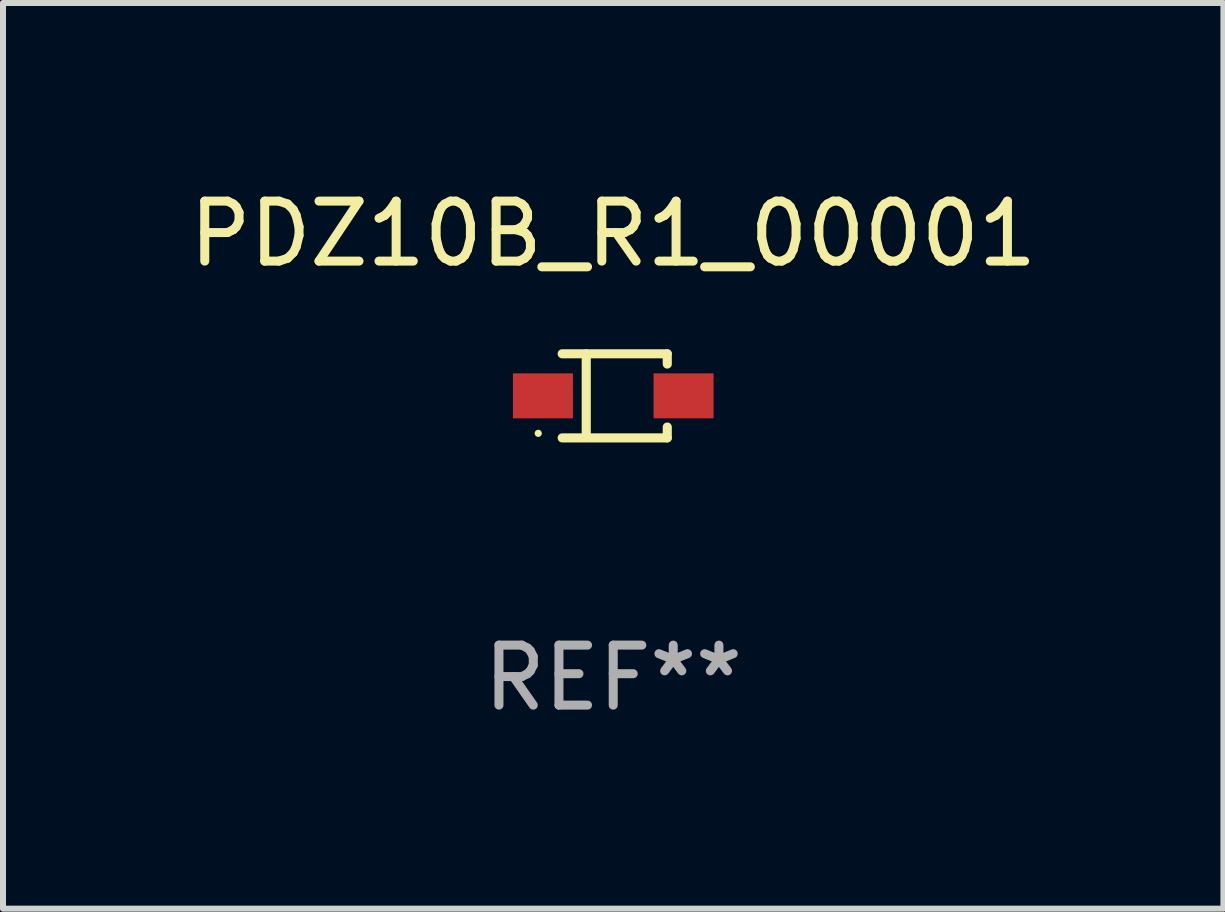
<source format=kicad_pcb>
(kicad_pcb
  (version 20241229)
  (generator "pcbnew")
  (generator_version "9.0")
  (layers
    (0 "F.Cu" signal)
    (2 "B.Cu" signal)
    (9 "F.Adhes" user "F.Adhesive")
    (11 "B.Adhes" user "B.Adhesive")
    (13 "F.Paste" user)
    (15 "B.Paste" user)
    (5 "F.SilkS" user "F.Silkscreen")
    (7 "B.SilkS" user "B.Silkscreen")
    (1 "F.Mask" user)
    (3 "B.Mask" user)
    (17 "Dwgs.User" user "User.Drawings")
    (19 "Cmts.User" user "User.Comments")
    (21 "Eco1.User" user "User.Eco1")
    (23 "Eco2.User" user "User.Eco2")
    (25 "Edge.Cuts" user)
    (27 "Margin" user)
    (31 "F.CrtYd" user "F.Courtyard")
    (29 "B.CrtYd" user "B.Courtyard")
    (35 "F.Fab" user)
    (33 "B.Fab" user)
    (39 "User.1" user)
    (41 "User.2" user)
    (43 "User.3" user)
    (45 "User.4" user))
  (footprint "PDZ10B_R1_00001"
    (layer "F.Cu")
    (at 7.173 3.549)
    (property "Reference" "PDZ10B_R1_00001" (at 0 -2.701 0) (layer "F.SilkS") (effects (font (size 1 1) (thickness 0.15))))
    (attr through_hole)
    (fp_line (start -0.851 -0.701) (end 0.901 -0.701) (stroke (width 0.152) (type solid)) (layer "F.SilkS"))
    (fp_line (start -0.851 0.701) (end 0.901 0.701) (stroke (width 0.152) (type solid)) (layer "F.SilkS"))
    (fp_line (start -0.45 -0.7) (end -0.45 0.69) (stroke (width 0.152) (type solid)) (layer "F.SilkS"))
    (fp_line (start 0.9 -0.7) (end 0.901 -0.53) (stroke (width 0.152) (type solid)) (layer "F.SilkS"))
    (fp_line (start 0.9 0.7) (end 0.901 0.52) (stroke (width 0.152) (type solid)) (layer "F.SilkS"))
    (fp_circle (center -1.25 0.625) (end -1.22 0.625) (stroke (width 0.06) (type solid)) (fill no) (layer "F.SilkS"))
    (fp_text user "REF**" (at 0 4.701 0) (layer "F.Fab") (effects (font (size 1 1) (thickness 0.15))))
    (pad "1" smd rect (at -1.172 -0.000102) (size 1 0.75) (layers "F.Cu" "F.Mask" "F.Paste"))
    (pad "2" smd rect (at 1.172 -0.000102) (size 1 0.75) (layers "F.Cu" "F.Mask" "F.Paste")))
  (gr_rect
    (start -3 -3)
    (end 17.345 12.098)
    (stroke (width 0.1) (type default))
    (fill no)
    (layer "Edge.Cuts")))
</source>
